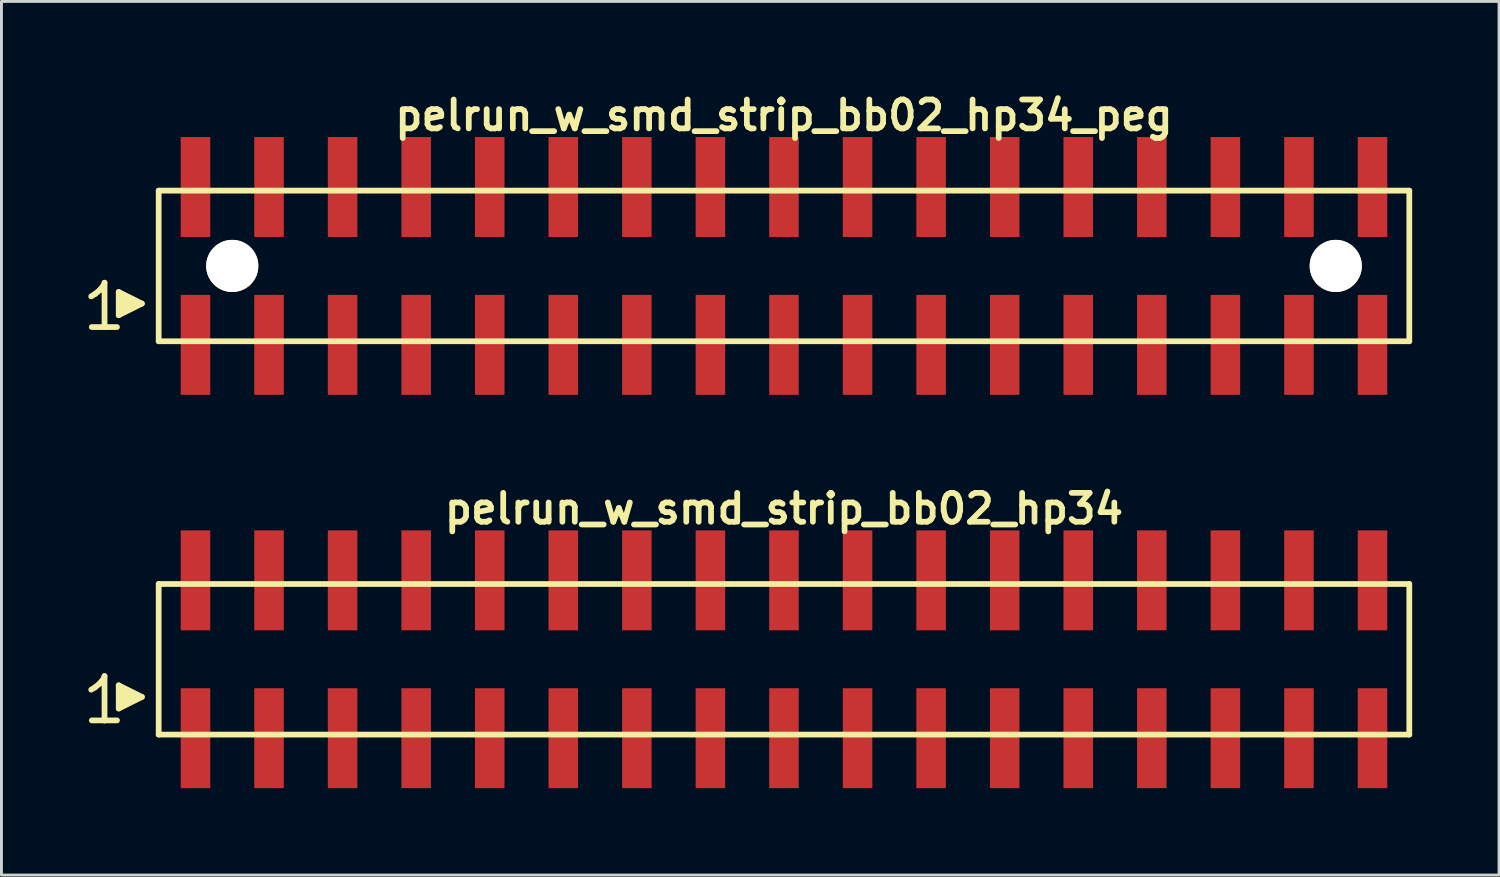
<source format=kicad_pcb>
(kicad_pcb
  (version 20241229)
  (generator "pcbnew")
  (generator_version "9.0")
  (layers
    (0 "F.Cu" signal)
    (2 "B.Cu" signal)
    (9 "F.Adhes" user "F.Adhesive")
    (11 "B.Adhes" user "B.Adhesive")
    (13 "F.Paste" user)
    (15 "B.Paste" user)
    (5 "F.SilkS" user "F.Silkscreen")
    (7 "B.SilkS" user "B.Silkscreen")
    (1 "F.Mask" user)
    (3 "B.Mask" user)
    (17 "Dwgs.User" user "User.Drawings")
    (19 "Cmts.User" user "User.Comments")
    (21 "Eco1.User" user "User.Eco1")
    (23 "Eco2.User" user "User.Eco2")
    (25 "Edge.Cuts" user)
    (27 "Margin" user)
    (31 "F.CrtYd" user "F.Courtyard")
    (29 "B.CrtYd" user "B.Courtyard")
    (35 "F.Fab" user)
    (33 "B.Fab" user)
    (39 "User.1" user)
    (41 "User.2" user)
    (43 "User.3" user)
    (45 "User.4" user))
  (footprint "pelrun_w_smd_strip_bb02_hp34_peg"
    (layer "F.Cu")
    (at 24.019 6.132)
    (property "Reference" "pelrun_w_smd_strip_bb02_hp34_peg" (at 0 -5.2 0) (layer "F.SilkS") (effects (font (size 0.998 0.998) (thickness 0.198))))
    (attr through_hole)
    (fp_line (start -23.92 1.05) (end -23.79 0.97) (stroke (width 0.198) (type solid)) (layer "F.SilkS"))
    (fp_line (start -23.79 0.97) (end -23.63 0.84) (stroke (width 0.198) (type solid)) (layer "F.SilkS"))
    (fp_line (start -23.63 0.84) (end -23.49 0.67) (stroke (width 0.198) (type solid)) (layer "F.SilkS"))
    (fp_line (start -23.49 0.67) (end -23.46 0.58) (stroke (width 0.198) (type solid)) (layer "F.SilkS"))
    (fp_line (start -23.46 0.58) (end -23.46 2.11) (stroke (width 0.198) (type solid)) (layer "F.SilkS"))
    (fp_line (start -23.46 2.11) (end -23.9 2.11) (stroke (width 0.198) (type solid)) (layer "F.SilkS"))
    (fp_line (start -23.03 2.11) (end -23.47 2.11) (stroke (width 0.198) (type solid)) (layer "F.SilkS"))
    (fp_line (start -22.97 0.9) (end -22.17 1.3) (stroke (width 0.198) (type solid)) (layer "F.SilkS"))
    (fp_line (start -22.97 1.7) (end -22.97 0.9) (stroke (width 0.198) (type solid)) (layer "F.SilkS"))
    (fp_line (start -22.87 1.6) (end -22.87 1) (stroke (width 0.198) (type solid)) (layer "F.SilkS"))
    (fp_line (start -22.77 1.1) (end -22.77 1.5) (stroke (width 0.198) (type solid)) (layer "F.SilkS"))
    (fp_line (start -22.67 1.5) (end -22.67 1.1) (stroke (width 0.198) (type solid)) (layer "F.SilkS"))
    (fp_line (start -22.57 1.2) (end -22.57 1.4) (stroke (width 0.198) (type solid)) (layer "F.SilkS"))
    (fp_line (start -22.47 1.4) (end -22.47 1.2) (stroke (width 0.198) (type solid)) (layer "F.SilkS"))
    (fp_line (start -22.17 1.3) (end -22.97 1.7) (stroke (width 0.198) (type solid)) (layer "F.SilkS"))
    (fp_line (start -21.59 -2.6) (end -21.59 2.6) (stroke (width 0.198) (type solid)) (layer "F.SilkS"))
    (fp_line (start -21.59 -2.6) (end 21.59 -2.6) (stroke (width 0.198) (type solid)) (layer "F.SilkS"))
    (fp_line (start 21.59 2.6) (end -21.59 2.6) (stroke (width 0.198) (type solid)) (layer "F.SilkS"))
    (fp_line (start 21.59 2.6) (end 21.59 -2.6) (stroke (width 0.198) (type solid)) (layer "F.SilkS"))
    (pad "" np_thru_hole circle (at -19.05 0) (size 1.8 1.8) (drill 1.8) (layers "*.Cu" "*.Mask" "F.SilkS"))
    (pad "" np_thru_hole circle (at 19.05 0) (size 1.8 1.8) (drill 1.8) (layers "*.Cu" "*.Mask" "F.SilkS"))
    (pad "1" smd rect (at -20.32 2.725) (size 1.02 3.45) (layers "F.Cu" "F.Mask" "F.Paste"))
    (pad "2" smd rect (at -20.32 -2.725) (size 1.02 3.45) (layers "F.Cu" "F.Mask" "F.Paste"))
    (pad "3" smd rect (at -17.78 2.725) (size 1.02 3.45) (layers "F.Cu" "F.Mask" "F.Paste"))
    (pad "4" smd rect (at -17.78 -2.725) (size 1.02 3.45) (layers "F.Cu" "F.Mask" "F.Paste"))
    (pad "5" smd rect (at -15.24 2.725) (size 1.02 3.45) (layers "F.Cu" "F.Mask" "F.Paste"))
    (pad "6" smd rect (at -15.24 -2.725) (size 1.02 3.45) (layers "F.Cu" "F.Mask" "F.Paste"))
    (pad "7" smd rect (at -12.7 2.725) (size 1.02 3.45) (layers "F.Cu" "F.Mask" "F.Paste"))
    (pad "8" smd rect (at -12.7 -2.725) (size 1.02 3.45) (layers "F.Cu" "F.Mask" "F.Paste"))
    (pad "9" smd rect (at -10.16 2.725) (size 1.02 3.45) (layers "F.Cu" "F.Mask" "F.Paste"))
    (pad "10" smd rect (at -10.16 -2.725) (size 1.02 3.45) (layers "F.Cu" "F.Mask" "F.Paste"))
    (pad "11" smd rect (at -7.62 2.725) (size 1.02 3.45) (layers "F.Cu" "F.Mask" "F.Paste"))
    (pad "12" smd rect (at -7.62 -2.725) (size 1.02 3.45) (layers "F.Cu" "F.Mask" "F.Paste"))
    (pad "13" smd rect (at -5.08 2.725) (size 1.02 3.45) (layers "F.Cu" "F.Mask" "F.Paste"))
    (pad "14" smd rect (at -5.08 -2.725) (size 1.02 3.45) (layers "F.Cu" "F.Mask" "F.Paste"))
    (pad "15" smd rect (at -2.54 2.725) (size 1.02 3.45) (layers "F.Cu" "F.Mask" "F.Paste"))
    (pad "16" smd rect (at -2.54 -2.725) (size 1.02 3.45) (layers "F.Cu" "F.Mask" "F.Paste"))
    (pad "17" smd rect (at 0 2.725) (size 1.02 3.45) (layers "F.Cu" "F.Mask" "F.Paste"))
    (pad "18" smd rect (at 0 -2.725) (size 1.02 3.45) (layers "F.Cu" "F.Mask" "F.Paste"))
    (pad "19" smd rect (at 2.54 2.725) (size 1.02 3.45) (layers "F.Cu" "F.Mask" "F.Paste"))
    (pad "20" smd rect (at 2.54 -2.725) (size 1.02 3.45) (layers "F.Cu" "F.Mask" "F.Paste"))
    (pad "21" smd rect (at 5.08 2.725) (size 1.02 3.45) (layers "F.Cu" "F.Mask" "F.Paste"))
    (pad "22" smd rect (at 5.08 -2.725) (size 1.02 3.45) (layers "F.Cu" "F.Mask" "F.Paste"))
    (pad "23" smd rect (at 7.62 2.725) (size 1.02 3.45) (layers "F.Cu" "F.Mask" "F.Paste"))
    (pad "24" smd rect (at 7.62 -2.725) (size 1.02 3.45) (layers "F.Cu" "F.Mask" "F.Paste"))
    (pad "25" smd rect (at 10.16 2.725) (size 1.02 3.45) (layers "F.Cu" "F.Mask" "F.Paste"))
    (pad "26" smd rect (at 10.16 -2.725) (size 1.02 3.45) (layers "F.Cu" "F.Mask" "F.Paste"))
    (pad "27" smd rect (at 12.7 2.725) (size 1.02 3.45) (layers "F.Cu" "F.Mask" "F.Paste"))
    (pad "28" smd rect (at 12.7 -2.725) (size 1.02 3.45) (layers "F.Cu" "F.Mask" "F.Paste"))
    (pad "29" smd rect (at 15.24 2.725) (size 1.02 3.45) (layers "F.Cu" "F.Mask" "F.Paste"))
    (pad "30" smd rect (at 15.24 -2.725) (size 1.02 3.45) (layers "F.Cu" "F.Mask" "F.Paste"))
    (pad "31" smd rect (at 17.78 2.725) (size 1.02 3.45) (layers "F.Cu" "F.Mask" "F.Paste"))
    (pad "32" smd rect (at 17.78 -2.725) (size 1.02 3.45) (layers "F.Cu" "F.Mask" "F.Paste"))
    (pad "33" smd rect (at 20.32 2.725) (size 1.02 3.45) (layers "F.Cu" "F.Mask" "F.Paste"))
    (pad "34" smd rect (at 20.32 -2.725) (size 1.02 3.45) (layers "F.Cu" "F.Mask" "F.Paste")))
  (footprint "pelrun_w_smd_strip_bb02_hp34"
    (layer "F.Cu")
    (at 24.019 19.713)
    (property "Reference" "pelrun_w_smd_strip_bb02_hp34" (at 0 -5.2 0) (layer "F.SilkS") (effects (font (size 0.998 0.998) (thickness 0.198))))
    (attr through_hole)
    (fp_line (start -23.92 1.05) (end -23.79 0.97) (stroke (width 0.198) (type solid)) (layer "F.SilkS"))
    (fp_line (start -23.79 0.97) (end -23.63 0.84) (stroke (width 0.198) (type solid)) (layer "F.SilkS"))
    (fp_line (start -23.63 0.84) (end -23.49 0.67) (stroke (width 0.198) (type solid)) (layer "F.SilkS"))
    (fp_line (start -23.49 0.67) (end -23.46 0.58) (stroke (width 0.198) (type solid)) (layer "F.SilkS"))
    (fp_line (start -23.46 0.58) (end -23.46 2.11) (stroke (width 0.198) (type solid)) (layer "F.SilkS"))
    (fp_line (start -23.46 2.11) (end -23.9 2.11) (stroke (width 0.198) (type solid)) (layer "F.SilkS"))
    (fp_line (start -23.03 2.11) (end -23.47 2.11) (stroke (width 0.198) (type solid)) (layer "F.SilkS"))
    (fp_line (start -22.97 0.9) (end -22.17 1.3) (stroke (width 0.198) (type solid)) (layer "F.SilkS"))
    (fp_line (start -22.97 1.7) (end -22.97 0.9) (stroke (width 0.198) (type solid)) (layer "F.SilkS"))
    (fp_line (start -22.87 1.6) (end -22.87 1) (stroke (width 0.198) (type solid)) (layer "F.SilkS"))
    (fp_line (start -22.77 1.1) (end -22.77 1.5) (stroke (width 0.198) (type solid)) (layer "F.SilkS"))
    (fp_line (start -22.67 1.5) (end -22.67 1.1) (stroke (width 0.198) (type solid)) (layer "F.SilkS"))
    (fp_line (start -22.57 1.2) (end -22.57 1.4) (stroke (width 0.198) (type solid)) (layer "F.SilkS"))
    (fp_line (start -22.47 1.4) (end -22.47 1.2) (stroke (width 0.198) (type solid)) (layer "F.SilkS"))
    (fp_line (start -22.17 1.3) (end -22.97 1.7) (stroke (width 0.198) (type solid)) (layer "F.SilkS"))
    (fp_line (start -21.59 -2.6) (end -21.59 2.6) (stroke (width 0.198) (type solid)) (layer "F.SilkS"))
    (fp_line (start -21.59 -2.6) (end 21.59 -2.6) (stroke (width 0.198) (type solid)) (layer "F.SilkS"))
    (fp_line (start 21.59 2.6) (end -21.59 2.6) (stroke (width 0.198) (type solid)) (layer "F.SilkS"))
    (fp_line (start 21.59 2.6) (end 21.59 -2.6) (stroke (width 0.198) (type solid)) (layer "F.SilkS"))
    (pad "1" smd rect (at -20.32 2.725) (size 1.02 3.45) (layers "F.Cu" "F.Mask" "F.Paste"))
    (pad "2" smd rect (at -20.32 -2.725) (size 1.02 3.45) (layers "F.Cu" "F.Mask" "F.Paste"))
    (pad "3" smd rect (at -17.78 2.725) (size 1.02 3.45) (layers "F.Cu" "F.Mask" "F.Paste"))
    (pad "4" smd rect (at -17.78 -2.725) (size 1.02 3.45) (layers "F.Cu" "F.Mask" "F.Paste"))
    (pad "5" smd rect (at -15.24 2.725) (size 1.02 3.45) (layers "F.Cu" "F.Mask" "F.Paste"))
    (pad "6" smd rect (at -15.24 -2.725) (size 1.02 3.45) (layers "F.Cu" "F.Mask" "F.Paste"))
    (pad "7" smd rect (at -12.7 2.725) (size 1.02 3.45) (layers "F.Cu" "F.Mask" "F.Paste"))
    (pad "8" smd rect (at -12.7 -2.725) (size 1.02 3.45) (layers "F.Cu" "F.Mask" "F.Paste"))
    (pad "9" smd rect (at -10.16 2.725) (size 1.02 3.45) (layers "F.Cu" "F.Mask" "F.Paste"))
    (pad "10" smd rect (at -10.16 -2.725) (size 1.02 3.45) (layers "F.Cu" "F.Mask" "F.Paste"))
    (pad "11" smd rect (at -7.62 2.725) (size 1.02 3.45) (layers "F.Cu" "F.Mask" "F.Paste"))
    (pad "12" smd rect (at -7.62 -2.725) (size 1.02 3.45) (layers "F.Cu" "F.Mask" "F.Paste"))
    (pad "13" smd rect (at -5.08 2.725) (size 1.02 3.45) (layers "F.Cu" "F.Mask" "F.Paste"))
    (pad "14" smd rect (at -5.08 -2.725) (size 1.02 3.45) (layers "F.Cu" "F.Mask" "F.Paste"))
    (pad "15" smd rect (at -2.54 2.725) (size 1.02 3.45) (layers "F.Cu" "F.Mask" "F.Paste"))
    (pad "16" smd rect (at -2.54 -2.725) (size 1.02 3.45) (layers "F.Cu" "F.Mask" "F.Paste"))
    (pad "17" smd rect (at 0 2.725) (size 1.02 3.45) (layers "F.Cu" "F.Mask" "F.Paste"))
    (pad "18" smd rect (at 0 -2.725) (size 1.02 3.45) (layers "F.Cu" "F.Mask" "F.Paste"))
    (pad "19" smd rect (at 2.54 2.725) (size 1.02 3.45) (layers "F.Cu" "F.Mask" "F.Paste"))
    (pad "20" smd rect (at 2.54 -2.725) (size 1.02 3.45) (layers "F.Cu" "F.Mask" "F.Paste"))
    (pad "21" smd rect (at 5.08 2.725) (size 1.02 3.45) (layers "F.Cu" "F.Mask" "F.Paste"))
    (pad "22" smd rect (at 5.08 -2.725) (size 1.02 3.45) (layers "F.Cu" "F.Mask" "F.Paste"))
    (pad "23" smd rect (at 7.62 2.725) (size 1.02 3.45) (layers "F.Cu" "F.Mask" "F.Paste"))
    (pad "24" smd rect (at 7.62 -2.725) (size 1.02 3.45) (layers "F.Cu" "F.Mask" "F.Paste"))
    (pad "25" smd rect (at 10.16 2.725) (size 1.02 3.45) (layers "F.Cu" "F.Mask" "F.Paste"))
    (pad "26" smd rect (at 10.16 -2.725) (size 1.02 3.45) (layers "F.Cu" "F.Mask" "F.Paste"))
    (pad "27" smd rect (at 12.7 2.725) (size 1.02 3.45) (layers "F.Cu" "F.Mask" "F.Paste"))
    (pad "28" smd rect (at 12.7 -2.725) (size 1.02 3.45) (layers "F.Cu" "F.Mask" "F.Paste"))
    (pad "29" smd rect (at 15.24 2.725) (size 1.02 3.45) (layers "F.Cu" "F.Mask" "F.Paste"))
    (pad "30" smd rect (at 15.24 -2.725) (size 1.02 3.45) (layers "F.Cu" "F.Mask" "F.Paste"))
    (pad "31" smd rect (at 17.78 2.725) (size 1.02 3.45) (layers "F.Cu" "F.Mask" "F.Paste"))
    (pad "32" smd rect (at 17.78 -2.725) (size 1.02 3.45) (layers "F.Cu" "F.Mask" "F.Paste"))
    (pad "33" smd rect (at 20.32 2.725) (size 1.02 3.45) (layers "F.Cu" "F.Mask" "F.Paste"))
    (pad "34" smd rect (at 20.32 -2.725) (size 1.02 3.45) (layers "F.Cu" "F.Mask" "F.Paste")))
  (gr_rect
    (start -3 -3)
    (end 48.708 27.163)
    (stroke (width 0.1) (type default))
    (fill no)
    (layer "Edge.Cuts")))
</source>
